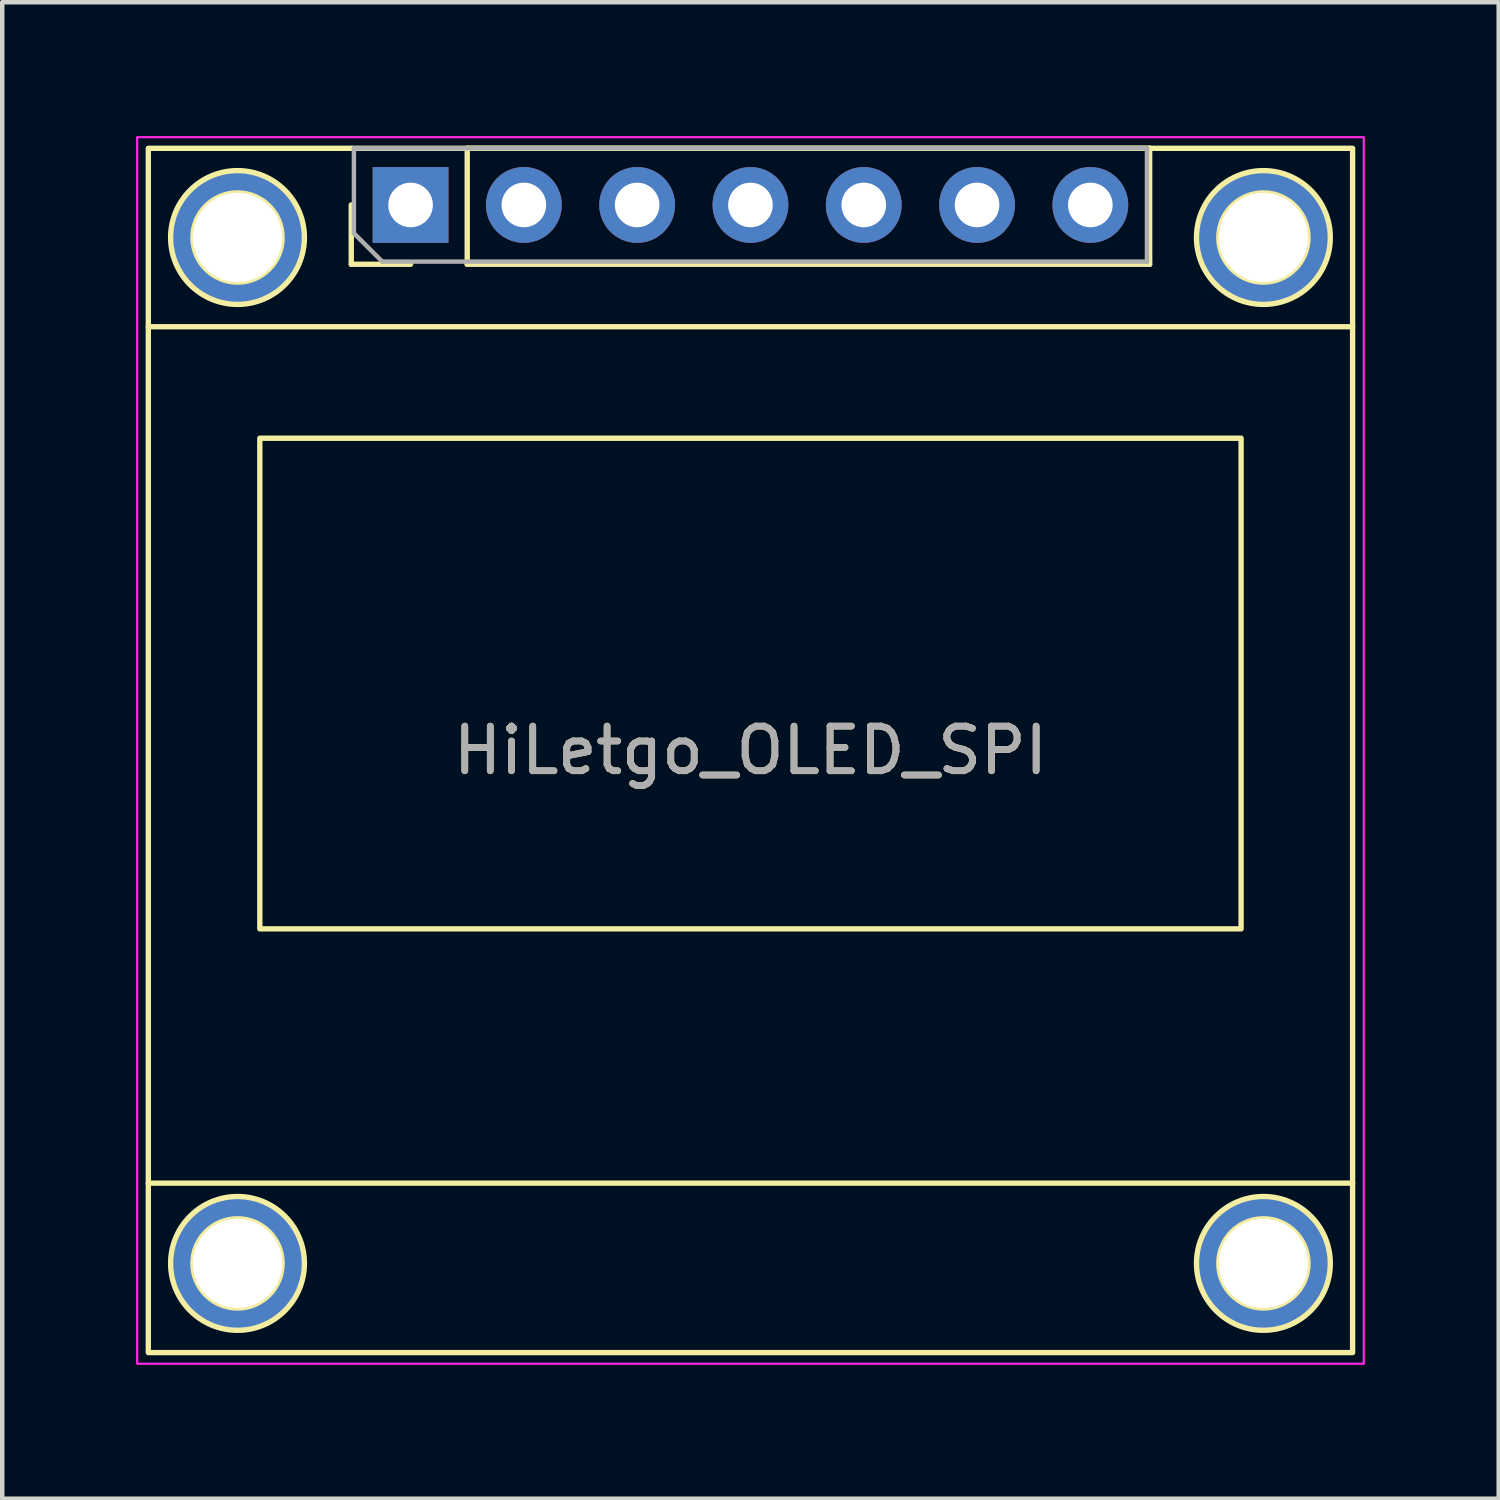
<source format=kicad_pcb>
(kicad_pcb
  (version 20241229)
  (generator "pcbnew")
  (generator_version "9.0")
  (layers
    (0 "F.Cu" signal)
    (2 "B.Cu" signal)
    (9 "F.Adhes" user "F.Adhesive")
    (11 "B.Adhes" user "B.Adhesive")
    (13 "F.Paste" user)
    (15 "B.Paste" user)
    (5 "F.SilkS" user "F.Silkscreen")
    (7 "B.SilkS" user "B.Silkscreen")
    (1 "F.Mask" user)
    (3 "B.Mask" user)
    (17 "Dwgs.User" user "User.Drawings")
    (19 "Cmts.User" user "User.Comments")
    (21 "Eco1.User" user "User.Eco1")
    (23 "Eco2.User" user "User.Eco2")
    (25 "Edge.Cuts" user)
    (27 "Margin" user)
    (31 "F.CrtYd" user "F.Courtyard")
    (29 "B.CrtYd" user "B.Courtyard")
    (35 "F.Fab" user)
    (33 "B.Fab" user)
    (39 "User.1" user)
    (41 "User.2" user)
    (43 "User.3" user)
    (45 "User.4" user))
  (footprint "HiLetgo_OLED_SPI"
    (layer "F.Cu")
    (at 13.775 13.775)
    (property "Reference" "HiLetgo_OLED_SPI" (at 0 0 0) (unlocked yes) (layer "F.SilkS") (effects (font (size 1 1) (thickness 0.15))))
    (attr through_hole)
    (fp_line (start -13.5 -9.5) (end 13.5 -9.5) (stroke (width 0.12) (type solid)) (layer "F.SilkS"))
    (fp_line (start -13.5 9.7) (end 13.5 9.7) (stroke (width 0.12) (type solid)) (layer "F.SilkS"))
    (fp_line (start -8.95 -10.9) (end -8.95 -12.23) (stroke (width 0.12) (type solid)) (layer "F.SilkS"))
    (fp_line (start -7.62 -10.9) (end -8.95 -10.9) (stroke (width 0.12) (type solid)) (layer "F.SilkS"))
    (fp_line (start -6.35 -13.5) (end 8.95 -13.5) (stroke (width 0.12) (type solid)) (layer "F.SilkS"))
    (fp_line (start -6.35 -10.9) (end -6.35 -13.5) (stroke (width 0.12) (type solid)) (layer "F.SilkS"))
    (fp_line (start -6.35 -10.9) (end 8.95 -10.9) (stroke (width 0.12) (type solid)) (layer "F.SilkS"))
    (fp_line (start 8.95 -10.9) (end 8.95 -13.5) (stroke (width 0.12) (type solid)) (layer "F.SilkS"))
    (fp_rect (start -13.5 -13.5) (end 13.5 13.5) (stroke (width 0.12) (type solid)) (fill no) (layer "F.SilkS"))
    (fp_rect (start -11 -7) (end 11 4) (stroke (width 0.12) (type solid)) (fill no) (layer "F.SilkS"))
    (fp_circle (center -11.5 -11.5) (end -13 -11.5) (stroke (width 0.12) (type solid)) (fill no) (layer "F.SilkS"))
    (fp_circle (center -11.5 -11.5) (end -10.5 -11.5) (stroke (width 0.12) (type solid)) (fill no) (layer "F.SilkS"))
    (fp_circle (center -11.5 11.5) (end -10.5 11.5) (stroke (width 0.12) (type solid)) (fill no) (layer "F.SilkS"))
    (fp_circle (center -11.5 11.5) (end -10 11.5) (stroke (width 0.12) (type solid)) (fill no) (layer "F.SilkS"))
    (fp_circle (center 11.5 -11.5) (end 12.5 -11.5) (stroke (width 0.12) (type solid)) (fill no) (layer "F.SilkS"))
    (fp_circle (center 11.5 -11.5) (end 13 -11.5) (stroke (width 0.12) (type solid)) (fill no) (layer "F.SilkS"))
    (fp_circle (center 11.5 11.5) (end 12.5 11.5) (stroke (width 0.12) (type solid)) (fill no) (layer "F.SilkS"))
    (fp_circle (center 11.5 11.5) (end 13 11.5) (stroke (width 0.12) (type solid)) (fill no) (layer "F.SilkS"))
    (fp_rect (start -13.75 -13.75) (end 13.75 13.75) (stroke (width 0.05) (type solid)) (fill no) (layer "F.CrtYd"))
    (fp_line (start -8.89 -13.5) (end 8.89 -13.5) (stroke (width 0.1) (type solid)) (layer "F.Fab"))
    (fp_line (start -8.89 -11.595) (end -8.89 -13.5) (stroke (width 0.1) (type solid)) (layer "F.Fab"))
    (fp_line (start -8.255 -10.96) (end -8.89 -11.595) (stroke (width 0.1) (type solid)) (layer "F.Fab"))
    (fp_line (start 8.89 -13.5) (end 8.89 -10.96) (stroke (width 0.1) (type solid)) (layer "F.Fab"))
    (fp_line (start 8.89 -10.96) (end -8.255 -10.96) (stroke (width 0.1) (type solid)) (layer "F.Fab"))
    (fp_text user "${REFERENCE}" (at 0 0 180) (layer "F.Fab") (effects (font (size 1 1) (thickness 0.15))))
    (pad "" np_thru_hole circle (at -11.5 -11.5) (size 3 3) (drill 2) (layers "*.Cu" "*.Mask"))
    (pad "" np_thru_hole circle (at -11.5 11.5) (size 3 3) (drill 2) (layers "*.Cu" "*.Mask"))
    (pad "" np_thru_hole circle (at 11.5 -11.5) (size 3 3) (drill 2) (layers "*.Cu" "*.Mask"))
    (pad "" np_thru_hole circle (at 11.5 11.5) (size 3 3) (drill 2) (layers "*.Cu" "*.Mask"))
    (pad "1" thru_hole rect (at -7.62 -12.23 90) (size 1.7 1.7) (drill 1) (layers "*.Cu" "*.Mask"))
    (pad "2" thru_hole oval (at -5.08 -12.23 90) (size 1.7 1.7) (drill 1) (layers "*.Cu" "*.Mask"))
    (pad "3" thru_hole oval (at -2.54 -12.23 90) (size 1.7 1.7) (drill 1) (layers "*.Cu" "*.Mask"))
    (pad "4" thru_hole oval (at 0 -12.23 90) (size 1.7 1.7) (drill 1) (layers "*.Cu" "*.Mask"))
    (pad "5" thru_hole oval (at 2.54 -12.23 90) (size 1.7 1.7) (drill 1) (layers "*.Cu" "*.Mask"))
    (pad "6" thru_hole oval (at 5.08 -12.23 90) (size 1.7 1.7) (drill 1) (layers "*.Cu" "*.Mask"))
    (pad "7" thru_hole oval (at 7.62 -12.23 90) (size 1.7 1.7) (drill 1) (layers "*.Cu" "*.Mask")))
  (gr_rect
    (start -3 -3)
    (end 30.55 30.55)
    (stroke (width 0.1) (type default))
    (fill no)
    (layer "Edge.Cuts")))
</source>
